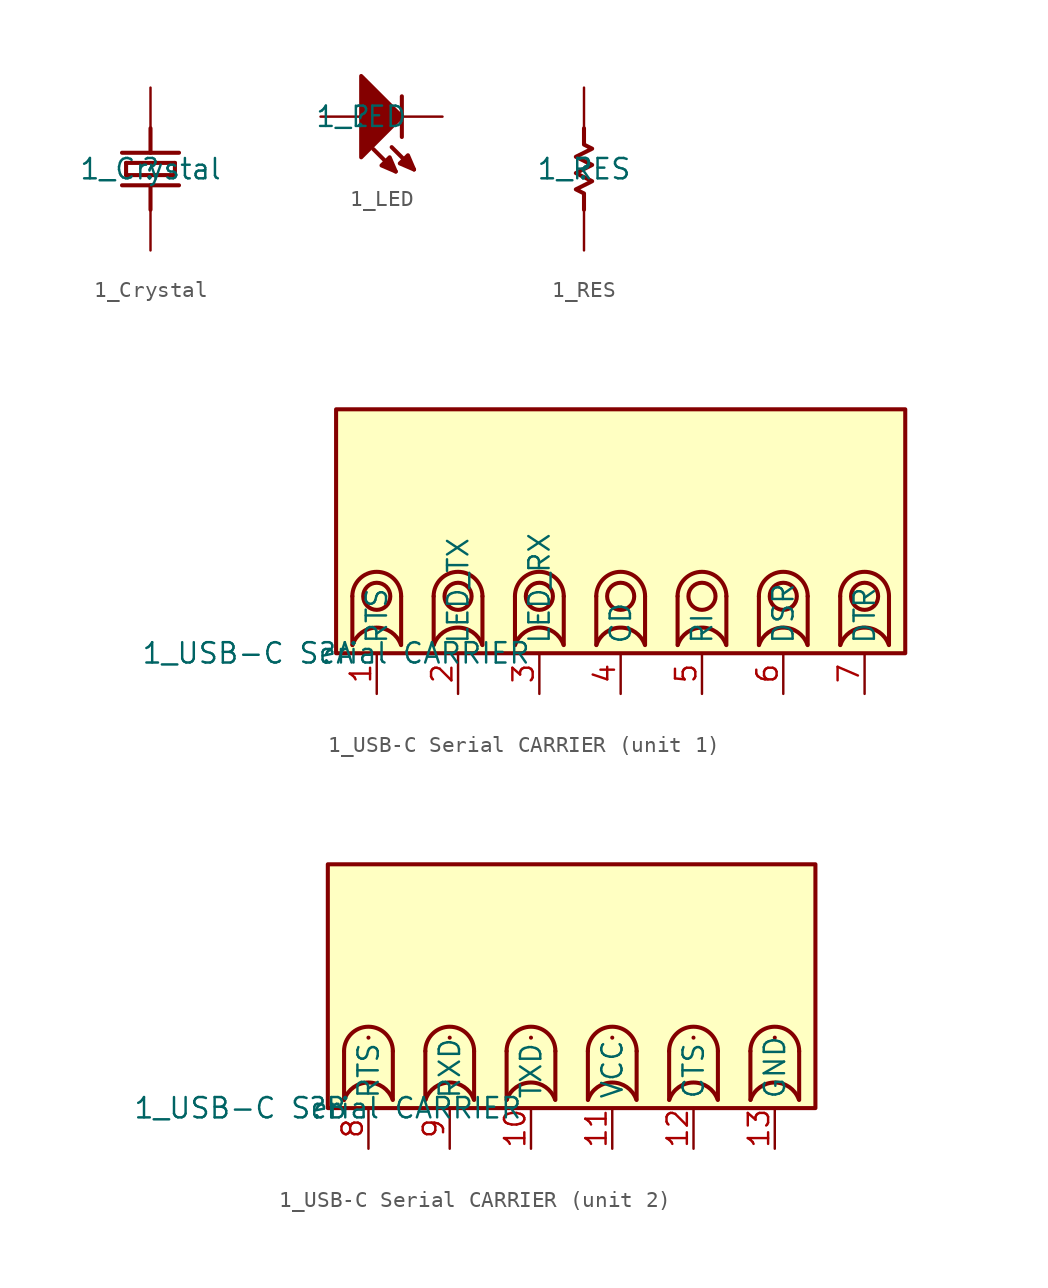
<source format=kicad_sym>
(kicad_symbol_lib
  (version 20211014)
  (generator kicad_symbol_editor)
  (symbol "1_Crystal"
    (property "Reference" ""
      (at 0 0 0)
      (effects (font (size 1.27 1.27))))
    (property "Value" "1_Crystal"
      (at 0 0 0)
      (effects (font (size 1.27 1.27))))
    (symbol "1_Crystal_1_0"
      (polyline (pts (xy -1.524 -0.381) (xy -1.524 0.381)) (stroke (width 0.254) (type default) (color 0 0 0 0)) (fill (type none)))
      (polyline (pts (xy -1.524 0.381) (xy 1.524 0.381)) (stroke (width 0.254) (type default) (color 0 0 0 0)) (fill (type none)))
      (polyline (pts (xy 0 -1.016) (xy 0 -2.54)) (stroke (width 0.254) (type default) (color 0 0 0 0)) (fill (type none)))
      (polyline (pts (xy 0 2.54) (xy 0 1.016)) (stroke (width 0.254) (type default) (color 0 0 0 0)) (fill (type none)))
      (polyline (pts (xy 1.524 -0.381) (xy -1.524 -0.381)) (stroke (width 0.254) (type default) (color 0 0 0 0)) (fill (type none)))
      (polyline (pts (xy 1.524 0.381) (xy 1.524 -0.381)) (stroke (width 0.254) (type default) (color 0 0 0 0)) (fill (type none)))
      (polyline (pts (xy 1.778 -1.016) (xy -1.778 -1.016)) (stroke (width 0.254) (type default) (color 0 0 0 0)) (fill (type none)))
      (polyline (pts (xy 1.778 1.016) (xy -1.778 1.016)) (stroke (width 0.254) (type default) (color 0 0 0 0)) (fill (type none)))
      (pin passive line (at 0 -5.08 90) (length 2.54) (name "1" (effects (font (size 0 0)))) (number "1" (effects (font (size 0 0)))))
      (pin passive line (at 0 5.08 270) (length 2.54) (name "2" (effects (font (size 0 0)))) (number "2" (effects (font (size 0 0)))))))
  (symbol "1_LED"
    (property "Reference" ""
      (at 0 0 0)
      (effects (font (size 1.27 1.27))))
    (property "Value" "1_LED"
      (at 0 0 0)
      (effects (font (size 1.27 1.27))))
    (symbol "1_LED_1_0"
      (polyline (pts (xy 2.159 -3.429) (xy 0.762 -2.032)) (stroke (width 0.254) (type default) (color 0 0 0 0)) (fill (type none)))
      (polyline (pts (xy 2.54 -1.27) (xy 2.54 0)) (stroke (width 0.254) (type default) (color 0 0 0 0)) (fill (type none)))
      (polyline (pts (xy 2.54 0) (xy 2.54 1.27)) (stroke (width 0.254) (type default) (color 0 0 0 0)) (fill (type none)))
      (polyline (pts (xy 3.302 -3.302) (xy 1.905 -1.905)) (stroke (width 0.254) (type default) (color 0 0 0 0)) (fill (type none)))
      (polyline (pts (xy 0 -2.54) (xy 0 2.54) (xy 2.54 0) (xy 0 -2.54)) (stroke (width 0.254) (type default) (color 0 0 0 0)) (fill (type outline)))
      (polyline (pts (xy 2.159 -3.429) (xy 1.27 -3.048) (xy 1.778 -2.54) (xy 2.159 -3.429)) (stroke (width 0.254) (type default) (color 0 0 0 0)) (fill (type outline)))
      (polyline (pts (xy 3.302 -3.302) (xy 2.413 -2.921) (xy 2.921 -2.413) (xy 3.302 -3.302)) (stroke (width 0.254) (type default) (color 0 0 0 0)) (fill (type outline)))
      (pin passive line (at -2.54 0 0) (length 2.54) (name "A" (effects (font (size 0 0)))) (number "A" (effects (font (size 0 0)))))
      (pin passive line (at 5.08 0 180) (length 2.54) (name "C" (effects (font (size 0 0)))) (number "C" (effects (font (size 0 0)))))))
  (symbol "1_RES"
    (property "Reference" ""
      (at 0 0 0)
      (effects (font (size 1.27 1.27))))
    (property "Value" "1_RES"
      (at 0 0 0)
      (effects (font (size 1.27 1.27))))
    (symbol "1_RES_1_0"
      (polyline (pts (xy 0 2.54) (xy 0 1.524) (xy 0.508 1.27) (xy -0.508 0.762) (xy 0.508 0.254) (xy -0.508 -0.254) (xy 0.508 -0.762) (xy -0.508 -1.27) (xy 0 -1.524) (xy 0 -2.54)) (stroke (width 0.254) (type default) (color 0 0 0 0)) (fill (type none)))
      (pin passive line (at 0 -5.08 90) (length 2.54) (name "1" (effects (font (size 0 0)))) (number "1" (effects (font (size 0 0)))))
      (pin passive line (at 0 5.08 270) (length 2.54) (name "2" (effects (font (size 0 0)))) (number "2" (effects (font (size 0 0)))))))
  (symbol "1_USB-C Serial CARRIER"
    (property "Reference" ""
      (at 0 0 0)
      (effects (font (size 1.27 1.27))))
    (property "Value" "1_USB-C Serial CARRIER"
      (at 0 0 0)
      (effects (font (size 1.27 1.27))))
    (symbol "1_USB-C Serial CARRIER_1_0"
      (polyline (pts (xy 1.016 0.508) (xy 1.016 3.556)) (stroke (width 0.254) (type default) (color 0 0 0 0)) (fill (type none)))
      (polyline (pts (xy 4.064 0.508) (xy 4.064 3.556)) (stroke (width 0.254) (type default) (color 0 0 0 0)) (fill (type none)))
      (polyline (pts (xy 6.096 0.508) (xy 6.096 3.556)) (stroke (width 0.254) (type default) (color 0 0 0 0)) (fill (type none)))
      (polyline (pts (xy 9.144 0.508) (xy 9.144 3.556)) (stroke (width 0.254) (type default) (color 0 0 0 0)) (fill (type none)))
      (polyline (pts (xy 11.176 0.508) (xy 11.176 3.556)) (stroke (width 0.254) (type default) (color 0 0 0 0)) (fill (type none)))
      (polyline (pts (xy 14.224 0.508) (xy 14.224 3.556)) (stroke (width 0.254) (type default) (color 0 0 0 0)) (fill (type none)))
      (polyline (pts (xy 16.256 0.508) (xy 16.256 3.556)) (stroke (width 0.254) (type default) (color 0 0 0 0)) (fill (type none)))
      (polyline (pts (xy 19.304 0.508) (xy 19.304 3.556)) (stroke (width 0.254) (type default) (color 0 0 0 0)) (fill (type none)))
      (polyline (pts (xy 21.336 0.508) (xy 21.336 3.556)) (stroke (width 0.254) (type default) (color 0 0 0 0)) (fill (type none)))
      (polyline (pts (xy 24.384 0.508) (xy 24.384 3.556)) (stroke (width 0.254) (type default) (color 0 0 0 0)) (fill (type none)))
      (polyline (pts (xy 26.416 0.508) (xy 26.416 3.556)) (stroke (width 0.254) (type default) (color 0 0 0 0)) (fill (type none)))
      (polyline (pts (xy 29.464 0.508) (xy 29.464 3.556)) (stroke (width 0.254) (type default) (color 0 0 0 0)) (fill (type none)))
      (polyline (pts (xy 31.496 0.508) (xy 31.496 3.556)) (stroke (width 0.254) (type default) (color 0 0 0 0)) (fill (type none)))
      (polyline (pts (xy 34.544 0.508) (xy 34.544 3.556)) (stroke (width 0.254) (type default) (color 0 0 0 0)) (fill (type none)))
      (circle (center 2.54 3.556) (radius 0.847) (stroke (width 0.254) (type default) (color 0 0 0 0)) (fill (type none)))
      (arc (start 4.041 0.5512) (mid 2.5291 1.599) (end 1.0316 0.5306) (stroke (width 0.254) (type default) (color 0 0 0 0)) (fill (type none)))
      (arc (start 4.0653 3.5605) (mid 2.5405 5.0813) (end 1.0147 3.5616) (stroke (width 0.254) (type default) (color 0 0 0 0)) (fill (type none)))
      (circle (center 7.62 3.556) (radius 0.847) (stroke (width 0.254) (type default) (color 0 0 0 0)) (fill (type none)))
      (arc (start 9.121 0.5512) (mid 7.6091 1.599) (end 6.1116 0.5306) (stroke (width 0.254) (type default) (color 0 0 0 0)) (fill (type none)))
      (arc (start 9.1453 3.5605) (mid 7.6205 5.0813) (end 6.0947 3.5616) (stroke (width 0.254) (type default) (color 0 0 0 0)) (fill (type none)))
      (circle (center 12.7 3.556) (radius 0.847) (stroke (width 0.254) (type default) (color 0 0 0 0)) (fill (type none)))
      (arc (start 14.201 0.5512) (mid 12.6891 1.599) (end 11.1916 0.5306) (stroke (width 0.254) (type default) (color 0 0 0 0)) (fill (type none)))
      (arc (start 14.2253 3.5605) (mid 12.7005 5.0813) (end 11.1747 3.5616) (stroke (width 0.254) (type default) (color 0 0 0 0)) (fill (type none)))
      (circle (center 17.78 3.556) (radius 0.847) (stroke (width 0.254) (type default) (color 0 0 0 0)) (fill (type none)))
      (arc (start 19.281 0.5512) (mid 17.7691 1.599) (end 16.2716 0.5306) (stroke (width 0.254) (type default) (color 0 0 0 0)) (fill (type none)))
      (arc (start 19.3053 3.5605) (mid 17.7805 5.0813) (end 16.2547 3.5616) (stroke (width 0.254) (type default) (color 0 0 0 0)) (fill (type none)))
      (circle (center 22.86 3.556) (radius 0.847) (stroke (width 0.254) (type default) (color 0 0 0 0)) (fill (type none)))
      (arc (start 24.361 0.5512) (mid 22.8491 1.599) (end 21.3516 0.5306) (stroke (width 0.254) (type default) (color 0 0 0 0)) (fill (type none)))
      (arc (start 24.3853 3.5605) (mid 22.8605 5.0813) (end 21.3347 3.5616) (stroke (width 0.254) (type default) (color 0 0 0 0)) (fill (type none)))
      (circle (center 27.94 3.556) (radius 0.847) (stroke (width 0.254) (type default) (color 0 0 0 0)) (fill (type none)))
      (arc (start 29.441 0.5512) (mid 27.9291 1.599) (end 26.4316 0.5306) (stroke (width 0.254) (type default) (color 0 0 0 0)) (fill (type none)))
      (arc (start 29.4653 3.5605) (mid 27.9405 5.0813) (end 26.4147 3.5616) (stroke (width 0.254) (type default) (color 0 0 0 0)) (fill (type none)))
      (circle (center 33.02 3.556) (radius 0.847) (stroke (width 0.254) (type default) (color 0 0 0 0)) (fill (type none)))
      (arc (start 34.521 0.5512) (mid 33.0091 1.599) (end 31.5116 0.5306) (stroke (width 0.254) (type default) (color 0 0 0 0)) (fill (type none)))
      (arc (start 34.5453 3.5605) (mid 33.0205 5.0813) (end 31.4947 3.5616) (stroke (width 0.254) (type default) (color 0 0 0 0)) (fill (type none)))
      (rectangle (start 35.56 15.24) (end 0 0) (stroke (width 0.254) (type default) (color 0 0 0 0)) (fill (type background)))
      (pin passive line (at 2.54 -2.54 90) (length 2.54) (name "RTS" (effects (font (size 1.27 1.27)))) (number "1" (effects (font (size 1.27 1.27)))))
      (pin passive line (at 7.62 -2.54 90) (length 2.54) (name "LED_TX" (effects (font (size 1.27 1.27)))) (number "2" (effects (font (size 1.27 1.27)))))
      (pin passive line (at 12.7 -2.54 90) (length 2.54) (name "LED_RX" (effects (font (size 1.27 1.27)))) (number "3" (effects (font (size 1.27 1.27)))))
      (pin passive line (at 17.78 -2.54 90) (length 2.54) (name "CD" (effects (font (size 1.27 1.27)))) (number "4" (effects (font (size 1.27 1.27)))))
      (pin passive line (at 22.86 -2.54 90) (length 2.54) (name "RI" (effects (font (size 1.27 1.27)))) (number "5" (effects (font (size 1.27 1.27)))))
      (pin passive line (at 27.94 -2.54 90) (length 2.54) (name "DSR" (effects (font (size 1.27 1.27)))) (number "6" (effects (font (size 1.27 1.27)))))
      (pin passive line (at 33.02 -2.54 90) (length 2.54) (name "DTR" (effects (font (size 1.27 1.27)))) (number "7" (effects (font (size 1.27 1.27))))))
    (symbol "1_USB-C Serial CARRIER_2_0"
      (polyline (pts (xy 1.016 0.508) (xy 1.016 3.556)) (stroke (width 0.254) (type default) (color 0 0 0 0)) (fill (type none)))
      (polyline (pts (xy 4.064 0.508) (xy 4.064 3.556)) (stroke (width 0.254) (type default) (color 0 0 0 0)) (fill (type none)))
      (polyline (pts (xy 6.096 0.508) (xy 6.096 3.556)) (stroke (width 0.254) (type default) (color 0 0 0 0)) (fill (type none)))
      (polyline (pts (xy 9.144 0.508) (xy 9.144 3.556)) (stroke (width 0.254) (type default) (color 0 0 0 0)) (fill (type none)))
      (polyline (pts (xy 11.176 0.508) (xy 11.176 3.556)) (stroke (width 0.254) (type default) (color 0 0 0 0)) (fill (type none)))
      (polyline (pts (xy 14.224 0.508) (xy 14.224 3.556)) (stroke (width 0.254) (type default) (color 0 0 0 0)) (fill (type none)))
      (polyline (pts (xy 16.256 0.508) (xy 16.256 3.556)) (stroke (width 0.254) (type default) (color 0 0 0 0)) (fill (type none)))
      (polyline (pts (xy 19.304 0.508) (xy 19.304 3.556)) (stroke (width 0.254) (type default) (color 0 0 0 0)) (fill (type none)))
      (polyline (pts (xy 21.336 0.508) (xy 21.336 3.556)) (stroke (width 0.254) (type default) (color 0 0 0 0)) (fill (type none)))
      (polyline (pts (xy 24.384 0.508) (xy 24.384 3.556)) (stroke (width 0.254) (type default) (color 0 0 0 0)) (fill (type none)))
      (polyline (pts (xy 26.416 0.508) (xy 26.416 3.556)) (stroke (width 0.254) (type default) (color 0 0 0 0)) (fill (type none)))
      (polyline (pts (xy 29.464 0.508) (xy 29.464 3.556)) (stroke (width 0.254) (type default) (color 0 0 0 0)) (fill (type none)))
      (arc (start 2.54 4.4025) (mid 2.54 2.7095) (end 2.54 4.4025) (stroke (width 0.254) (type default) (color 0 0 0 0)) (fill (type none)))
      (arc (start 4.041 0.5512) (mid 2.5291 1.599) (end 1.0316 0.5306) (stroke (width 0.254) (type default) (color 0 0 0 0)) (fill (type none)))
      (arc (start 4.0653 3.5605) (mid 2.5405 5.0813) (end 1.0147 3.5616) (stroke (width 0.254) (type default) (color 0 0 0 0)) (fill (type none)))
      (arc (start 7.62 4.4025) (mid 7.62 2.7095) (end 7.62 4.4025) (stroke (width 0.254) (type default) (color 0 0 0 0)) (fill (type none)))
      (arc (start 9.121 0.5512) (mid 7.6091 1.599) (end 6.1116 0.5306) (stroke (width 0.254) (type default) (color 0 0 0 0)) (fill (type none)))
      (arc (start 9.1453 3.5605) (mid 7.6205 5.0813) (end 6.0947 3.5616) (stroke (width 0.254) (type default) (color 0 0 0 0)) (fill (type none)))
      (arc (start 12.7 4.4025) (mid 12.7 2.7095) (end 12.7 4.4025) (stroke (width 0.254) (type default) (color 0 0 0 0)) (fill (type none)))
      (arc (start 14.201 0.5512) (mid 12.6891 1.599) (end 11.1916 0.5306) (stroke (width 0.254) (type default) (color 0 0 0 0)) (fill (type none)))
      (arc (start 14.2253 3.5605) (mid 12.7005 5.0813) (end 11.1747 3.5616) (stroke (width 0.254) (type default) (color 0 0 0 0)) (fill (type none)))
      (arc (start 17.78 4.4025) (mid 17.78 2.7095) (end 17.78 4.4025) (stroke (width 0.254) (type default) (color 0 0 0 0)) (fill (type none)))
      (arc (start 19.281 0.5512) (mid 17.7691 1.599) (end 16.2716 0.5306) (stroke (width 0.254) (type default) (color 0 0 0 0)) (fill (type none)))
      (arc (start 19.3053 3.5605) (mid 17.7805 5.0813) (end 16.2547 3.5616) (stroke (width 0.254) (type default) (color 0 0 0 0)) (fill (type none)))
      (arc (start 22.86 4.4025) (mid 22.86 2.7095) (end 22.86 4.4025) (stroke (width 0.254) (type default) (color 0 0 0 0)) (fill (type none)))
      (arc (start 24.361 0.5512) (mid 22.8491 1.599) (end 21.3516 0.5306) (stroke (width 0.254) (type default) (color 0 0 0 0)) (fill (type none)))
      (arc (start 24.3853 3.5605) (mid 22.8605 5.0813) (end 21.3347 3.5616) (stroke (width 0.254) (type default) (color 0 0 0 0)) (fill (type none)))
      (arc (start 27.94 4.4025) (mid 27.94 2.7095) (end 27.94 4.4025) (stroke (width 0.254) (type default) (color 0 0 0 0)) (fill (type none)))
      (arc (start 29.441 0.5512) (mid 27.9291 1.599) (end 26.4316 0.5306) (stroke (width 0.254) (type default) (color 0 0 0 0)) (fill (type none)))
      (arc (start 29.4653 3.5605) (mid 27.9405 5.0813) (end 26.4147 3.5616) (stroke (width 0.254) (type default) (color 0 0 0 0)) (fill (type none)))
      (rectangle (start 30.48 15.24) (end 0 0) (stroke (width 0.254) (type default) (color 0 0 0 0)) (fill (type background)))
      (pin passive line (at 12.7 -2.54 90) (length 2.54) (name "TXD" (effects (font (size 1.27 1.27)))) (number "10" (effects (font (size 1.27 1.27)))))
      (pin passive line (at 17.78 -2.54 90) (length 2.54) (name "VCC" (effects (font (size 1.27 1.27)))) (number "11" (effects (font (size 1.27 1.27)))))
      (pin passive line (at 22.86 -2.54 90) (length 2.54) (name "CTS" (effects (font (size 1.27 1.27)))) (number "12" (effects (font (size 1.27 1.27)))))
      (pin passive line (at 27.94 -2.54 90) (length 2.54) (name "GND" (effects (font (size 1.27 1.27)))) (number "13" (effects (font (size 1.27 1.27)))))
      (pin passive line (at 2.54 -2.54 90) (length 2.54) (name "RTS" (effects (font (size 1.27 1.27)))) (number "8" (effects (font (size 1.27 1.27)))))
      (pin passive line (at 7.62 -2.54 90) (length 2.54) (name "RXD" (effects (font (size 1.27 1.27)))) (number "9" (effects (font (size 1.27 1.27))))))))
</source>
